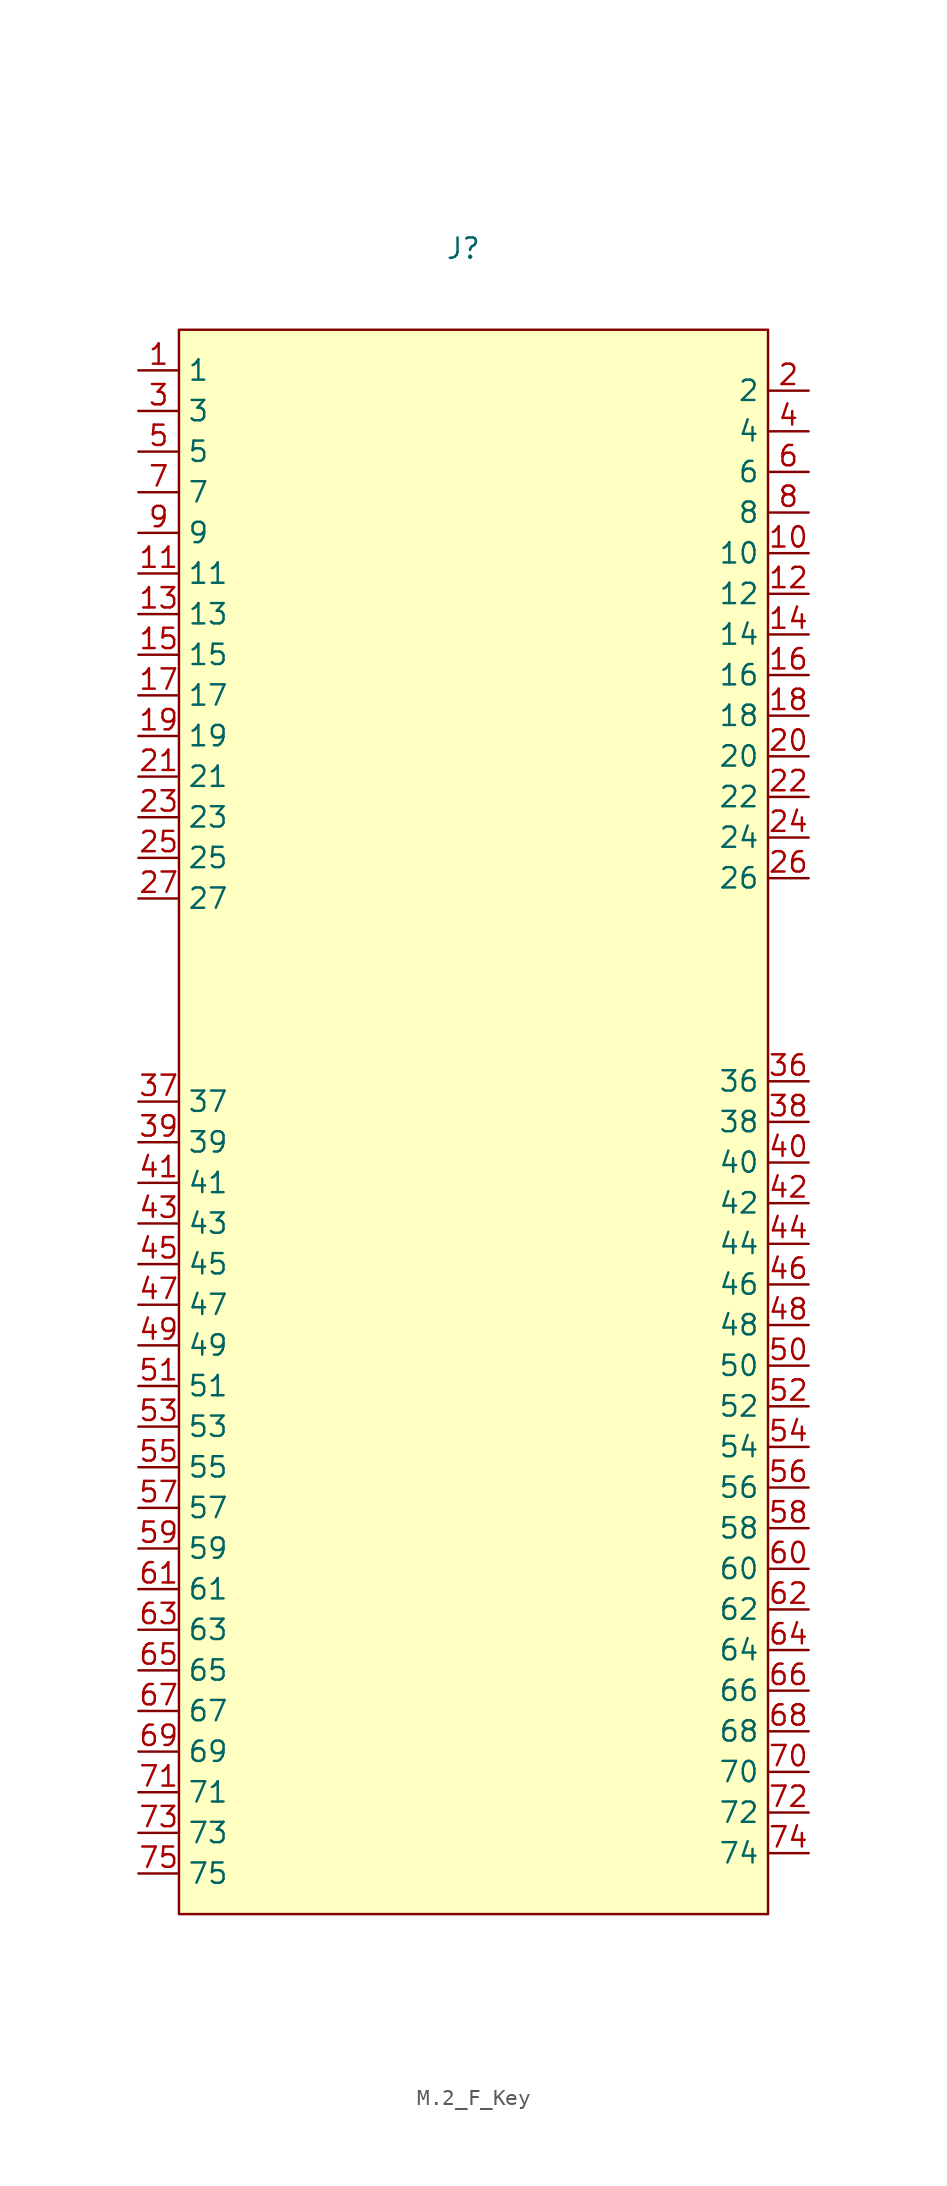
<source format=kicad_sym>
(kicad_symbol_lib
  (version 20241209)
  (generator "kicad_symbol_editor")
  (generator_version "9.0")
  (symbol "M.2_F_Key"
    (property "Reference" "J"
      (at 0 0 0)
      (effects (font (size 1.27 1.27))))
    (property "Value" ""
      (at 0 0 0)
      (effects (font (size 1.27 1.27))))
    (symbol "M.2_F_Key_0_1"
      (rectangle (start -17.78 -5.08) (end 19.05 -104.14) (stroke (width 0) (type default)) (fill (type background))))
    (symbol "M.2_F_Key_1_1"
      (pin unspecified line (at -20.32 -7.62 0) (length 2.54) (name "1" (effects (font (size 1.27 1.27)))) (number "1" (effects (font (size 1.27 1.27)))))
      (pin unspecified line (at -20.32 -10.16 0) (length 2.54) (name "3" (effects (font (size 1.27 1.27)))) (number "3" (effects (font (size 1.27 1.27)))))
      (pin unspecified line (at -20.32 -12.7 0) (length 2.54) (name "5" (effects (font (size 1.27 1.27)))) (number "5" (effects (font (size 1.27 1.27)))))
      (pin unspecified line (at -20.32 -15.24 0) (length 2.54) (name "7" (effects (font (size 1.27 1.27)))) (number "7" (effects (font (size 1.27 1.27)))))
      (pin unspecified line (at -20.32 -17.78 0) (length 2.54) (name "9" (effects (font (size 1.27 1.27)))) (number "9" (effects (font (size 1.27 1.27)))))
      (pin unspecified line (at -20.32 -20.32 0) (length 2.54) (name "11" (effects (font (size 1.27 1.27)))) (number "11" (effects (font (size 1.27 1.27)))))
      (pin unspecified line (at -20.32 -22.86 0) (length 2.54) (name "13" (effects (font (size 1.27 1.27)))) (number "13" (effects (font (size 1.27 1.27)))))
      (pin unspecified line (at -20.32 -25.4 0) (length 2.54) (name "15" (effects (font (size 1.27 1.27)))) (number "15" (effects (font (size 1.27 1.27)))))
      (pin unspecified line (at -20.32 -27.94 0) (length 2.54) (name "17" (effects (font (size 1.27 1.27)))) (number "17" (effects (font (size 1.27 1.27)))))
      (pin unspecified line (at -20.32 -30.48 0) (length 2.54) (name "19" (effects (font (size 1.27 1.27)))) (number "19" (effects (font (size 1.27 1.27)))))
      (pin unspecified line (at -20.32 -33.02 0) (length 2.54) (name "21" (effects (font (size 1.27 1.27)))) (number "21" (effects (font (size 1.27 1.27)))))
      (pin unspecified line (at -20.32 -35.56 0) (length 2.54) (name "23" (effects (font (size 1.27 1.27)))) (number "23" (effects (font (size 1.27 1.27)))))
      (pin unspecified line (at -20.32 -38.1 0) (length 2.54) (name "25" (effects (font (size 1.27 1.27)))) (number "25" (effects (font (size 1.27 1.27)))))
      (pin unspecified line (at -20.32 -40.64 0) (length 2.54) (name "27" (effects (font (size 1.27 1.27)))) (number "27" (effects (font (size 1.27 1.27)))))
      (pin unspecified line (at -20.32 -53.34 0) (length 2.54) (name "37" (effects (font (size 1.27 1.27)))) (number "37" (effects (font (size 1.27 1.27)))))
      (pin unspecified line (at -20.32 -55.88 0) (length 2.54) (name "39" (effects (font (size 1.27 1.27)))) (number "39" (effects (font (size 1.27 1.27)))))
      (pin unspecified line (at -20.32 -58.42 0) (length 2.54) (name "41" (effects (font (size 1.27 1.27)))) (number "41" (effects (font (size 1.27 1.27)))))
      (pin unspecified line (at -20.32 -60.96 0) (length 2.54) (name "43" (effects (font (size 1.27 1.27)))) (number "43" (effects (font (size 1.27 1.27)))))
      (pin unspecified line (at -20.32 -63.5 0) (length 2.54) (name "45" (effects (font (size 1.27 1.27)))) (number "45" (effects (font (size 1.27 1.27)))))
      (pin unspecified line (at -20.32 -66.04 0) (length 2.54) (name "47" (effects (font (size 1.27 1.27)))) (number "47" (effects (font (size 1.27 1.27)))))
      (pin unspecified line (at -20.32 -68.58 0) (length 2.54) (name "49" (effects (font (size 1.27 1.27)))) (number "49" (effects (font (size 1.27 1.27)))))
      (pin unspecified line (at -20.32 -71.12 0) (length 2.54) (name "51" (effects (font (size 1.27 1.27)))) (number "51" (effects (font (size 1.27 1.27)))))
      (pin unspecified line (at -20.32 -73.66 0) (length 2.54) (name "53" (effects (font (size 1.27 1.27)))) (number "53" (effects (font (size 1.27 1.27)))))
      (pin unspecified line (at -20.32 -76.2 0) (length 2.54) (name "55" (effects (font (size 1.27 1.27)))) (number "55" (effects (font (size 1.27 1.27)))))
      (pin unspecified line (at -20.32 -78.74 0) (length 2.54) (name "57" (effects (font (size 1.27 1.27)))) (number "57" (effects (font (size 1.27 1.27)))))
      (pin unspecified line (at -20.32 -81.28 0) (length 2.54) (name "59" (effects (font (size 1.27 1.27)))) (number "59" (effects (font (size 1.27 1.27)))))
      (pin unspecified line (at -20.32 -83.82 0) (length 2.54) (name "61" (effects (font (size 1.27 1.27)))) (number "61" (effects (font (size 1.27 1.27)))))
      (pin unspecified line (at -20.32 -86.36 0) (length 2.54) (name "63" (effects (font (size 1.27 1.27)))) (number "63" (effects (font (size 1.27 1.27)))))
      (pin unspecified line (at -20.32 -88.9 0) (length 2.54) (name "65" (effects (font (size 1.27 1.27)))) (number "65" (effects (font (size 1.27 1.27)))))
      (pin unspecified line (at -20.32 -91.44 0) (length 2.54) (name "67" (effects (font (size 1.27 1.27)))) (number "67" (effects (font (size 1.27 1.27)))))
      (pin unspecified line (at -20.32 -93.98 0) (length 2.54) (name "69" (effects (font (size 1.27 1.27)))) (number "69" (effects (font (size 1.27 1.27)))))
      (pin unspecified line (at -20.32 -96.52 0) (length 2.54) (name "71" (effects (font (size 1.27 1.27)))) (number "71" (effects (font (size 1.27 1.27)))))
      (pin unspecified line (at -20.32 -99.06 0) (length 2.54) (name "73" (effects (font (size 1.27 1.27)))) (number "73" (effects (font (size 1.27 1.27)))))
      (pin unspecified line (at -20.32 -101.6 0) (length 2.54) (name "75" (effects (font (size 1.27 1.27)))) (number "75" (effects (font (size 1.27 1.27)))))
      (pin unspecified line (at 21.59 -8.89 180) (length 2.54) (name "2" (effects (font (size 1.27 1.27)))) (number "2" (effects (font (size 1.27 1.27)))))
      (pin unspecified line (at 21.59 -11.43 180) (length 2.54) (name "4" (effects (font (size 1.27 1.27)))) (number "4" (effects (font (size 1.27 1.27)))))
      (pin unspecified line (at 21.59 -13.97 180) (length 2.54) (name "6" (effects (font (size 1.27 1.27)))) (number "6" (effects (font (size 1.27 1.27)))))
      (pin unspecified line (at 21.59 -16.51 180) (length 2.54) (name "8" (effects (font (size 1.27 1.27)))) (number "8" (effects (font (size 1.27 1.27)))))
      (pin unspecified line (at 21.59 -19.05 180) (length 2.54) (name "10" (effects (font (size 1.27 1.27)))) (number "10" (effects (font (size 1.27 1.27)))))
      (pin unspecified line (at 21.59 -21.59 180) (length 2.54) (name "12" (effects (font (size 1.27 1.27)))) (number "12" (effects (font (size 1.27 1.27)))))
      (pin unspecified line (at 21.59 -24.13 180) (length 2.54) (name "14" (effects (font (size 1.27 1.27)))) (number "14" (effects (font (size 1.27 1.27)))))
      (pin unspecified line (at 21.59 -26.67 180) (length 2.54) (name "16" (effects (font (size 1.27 1.27)))) (number "16" (effects (font (size 1.27 1.27)))))
      (pin unspecified line (at 21.59 -29.21 180) (length 2.54) (name "18" (effects (font (size 1.27 1.27)))) (number "18" (effects (font (size 1.27 1.27)))))
      (pin unspecified line (at 21.59 -31.75 180) (length 2.54) (name "20" (effects (font (size 1.27 1.27)))) (number "20" (effects (font (size 1.27 1.27)))))
      (pin unspecified line (at 21.59 -34.29 180) (length 2.54) (name "22" (effects (font (size 1.27 1.27)))) (number "22" (effects (font (size 1.27 1.27)))))
      (pin unspecified line (at 21.59 -36.83 180) (length 2.54) (name "24" (effects (font (size 1.27 1.27)))) (number "24" (effects (font (size 1.27 1.27)))))
      (pin unspecified line (at 21.59 -39.37 180) (length 2.54) (name "26" (effects (font (size 1.27 1.27)))) (number "26" (effects (font (size 1.27 1.27)))))
      (pin unspecified line (at 21.59 -52.07 180) (length 2.54) (name "36" (effects (font (size 1.27 1.27)))) (number "36" (effects (font (size 1.27 1.27)))))
      (pin unspecified line (at 21.59 -54.61 180) (length 2.54) (name "38" (effects (font (size 1.27 1.27)))) (number "38" (effects (font (size 1.27 1.27)))))
      (pin unspecified line (at 21.59 -57.15 180) (length 2.54) (name "40" (effects (font (size 1.27 1.27)))) (number "40" (effects (font (size 1.27 1.27)))))
      (pin unspecified line (at 21.59 -59.69 180) (length 2.54) (name "42" (effects (font (size 1.27 1.27)))) (number "42" (effects (font (size 1.27 1.27)))))
      (pin unspecified line (at 21.59 -62.23 180) (length 2.54) (name "44" (effects (font (size 1.27 1.27)))) (number "44" (effects (font (size 1.27 1.27)))))
      (pin unspecified line (at 21.59 -64.77 180) (length 2.54) (name "46" (effects (font (size 1.27 1.27)))) (number "46" (effects (font (size 1.27 1.27)))))
      (pin unspecified line (at 21.59 -67.31 180) (length 2.54) (name "48" (effects (font (size 1.27 1.27)))) (number "48" (effects (font (size 1.27 1.27)))))
      (pin unspecified line (at 21.59 -69.85 180) (length 2.54) (name "50" (effects (font (size 1.27 1.27)))) (number "50" (effects (font (size 1.27 1.27)))))
      (pin unspecified line (at 21.59 -72.39 180) (length 2.54) (name "52" (effects (font (size 1.27 1.27)))) (number "52" (effects (font (size 1.27 1.27)))))
      (pin unspecified line (at 21.59 -74.93 180) (length 2.54) (name "54" (effects (font (size 1.27 1.27)))) (number "54" (effects (font (size 1.27 1.27)))))
      (pin unspecified line (at 21.59 -77.47 180) (length 2.54) (name "56" (effects (font (size 1.27 1.27)))) (number "56" (effects (font (size 1.27 1.27)))))
      (pin unspecified line (at 21.59 -80.01 180) (length 2.54) (name "58" (effects (font (size 1.27 1.27)))) (number "58" (effects (font (size 1.27 1.27)))))
      (pin unspecified line (at 21.59 -82.55 180) (length 2.54) (name "60" (effects (font (size 1.27 1.27)))) (number "60" (effects (font (size 1.27 1.27)))))
      (pin unspecified line (at 21.59 -85.09 180) (length 2.54) (name "62" (effects (font (size 1.27 1.27)))) (number "62" (effects (font (size 1.27 1.27)))))
      (pin unspecified line (at 21.59 -87.63 180) (length 2.54) (name "64" (effects (font (size 1.27 1.27)))) (number "64" (effects (font (size 1.27 1.27)))))
      (pin unspecified line (at 21.59 -90.17 180) (length 2.54) (name "66" (effects (font (size 1.27 1.27)))) (number "66" (effects (font (size 1.27 1.27)))))
      (pin unspecified line (at 21.59 -92.71 180) (length 2.54) (name "68" (effects (font (size 1.27 1.27)))) (number "68" (effects (font (size 1.27 1.27)))))
      (pin unspecified line (at 21.59 -95.25 180) (length 2.54) (name "70" (effects (font (size 1.27 1.27)))) (number "70" (effects (font (size 1.27 1.27)))))
      (pin unspecified line (at 21.59 -97.79 180) (length 2.54) (name "72" (effects (font (size 1.27 1.27)))) (number "72" (effects (font (size 1.27 1.27)))))
      (pin unspecified line (at 21.59 -100.33 180) (length 2.54) (name "74" (effects (font (size 1.27 1.27)))) (number "74" (effects (font (size 1.27 1.27))))))))
</source>
